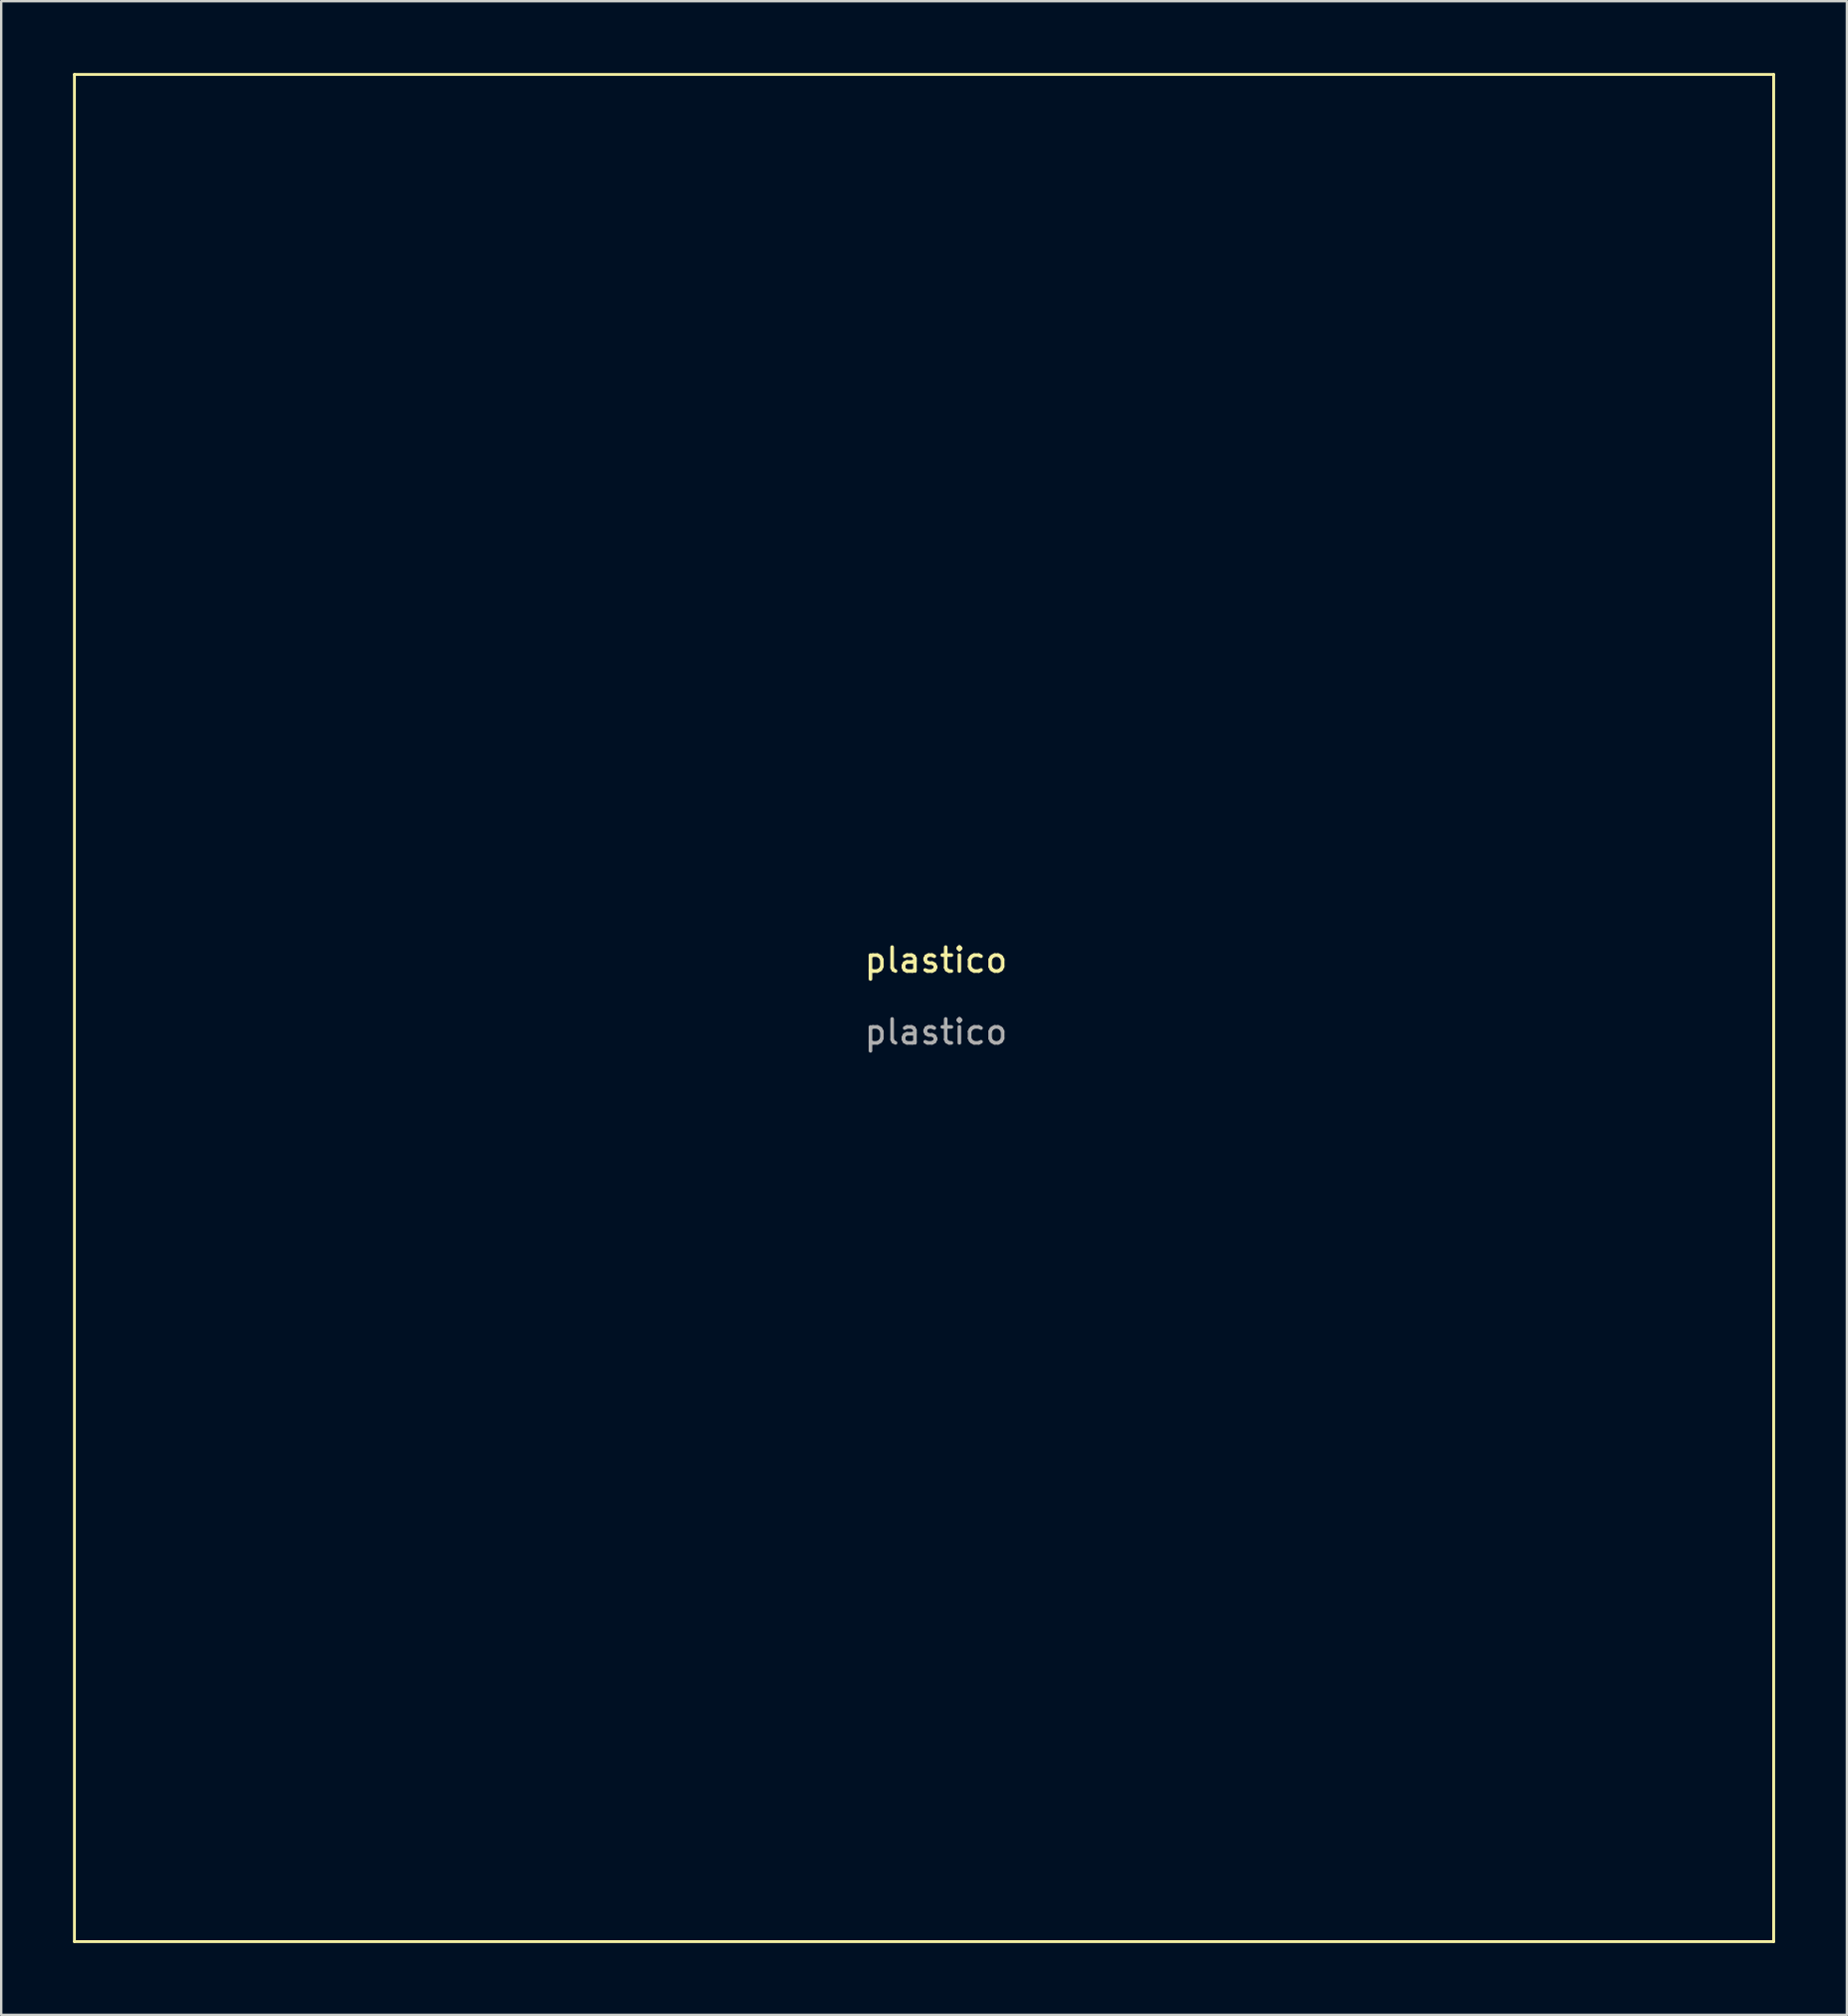
<source format=kicad_pcb>
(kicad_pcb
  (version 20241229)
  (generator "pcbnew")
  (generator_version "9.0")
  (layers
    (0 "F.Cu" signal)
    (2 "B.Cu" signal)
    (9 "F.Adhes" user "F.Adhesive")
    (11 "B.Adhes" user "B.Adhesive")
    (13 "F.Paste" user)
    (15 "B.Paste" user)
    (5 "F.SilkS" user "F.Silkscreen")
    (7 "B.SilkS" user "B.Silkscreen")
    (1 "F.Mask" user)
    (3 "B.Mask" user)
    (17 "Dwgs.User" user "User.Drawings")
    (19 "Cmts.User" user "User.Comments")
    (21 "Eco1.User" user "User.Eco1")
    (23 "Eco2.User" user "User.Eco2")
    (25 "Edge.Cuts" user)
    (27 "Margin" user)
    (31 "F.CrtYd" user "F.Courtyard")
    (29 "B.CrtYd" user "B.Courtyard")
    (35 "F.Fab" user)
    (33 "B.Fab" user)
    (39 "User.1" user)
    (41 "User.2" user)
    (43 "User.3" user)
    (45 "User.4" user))
  (footprint "plastico"
    (layer "F.Cu")
    (at 36.06 40.06)
    (property "Reference" "plastico" (at 0 -3 0) (unlocked yes) (layer "F.SilkS") (effects (font (size 1 1) (thickness 0.15))))
    (attr through_hole)
    (fp_line (start -36 -40) (end 35 -40) (stroke (width 0.12) (type solid)) (layer "F.SilkS"))
    (fp_line (start -36 38) (end -36 -40) (stroke (width 0.12) (type solid)) (layer "F.SilkS"))
    (fp_line (start 35 -40) (end 35 38) (stroke (width 0.12) (type solid)) (layer "F.SilkS"))
    (fp_line (start 35 38) (end -36 38) (stroke (width 0.12) (type solid)) (layer "F.SilkS"))
    (fp_text user "${REFERENCE}" (at 0 0 0) (unlocked yes) (layer "F.Fab") (effects (font (size 1 1) (thickness 0.15)))))
  (gr_rect
    (start -3 -3)
    (end 74.12 81.12)
    (stroke (width 0.1) (type default))
    (fill no)
    (layer "Edge.Cuts")))
</source>
